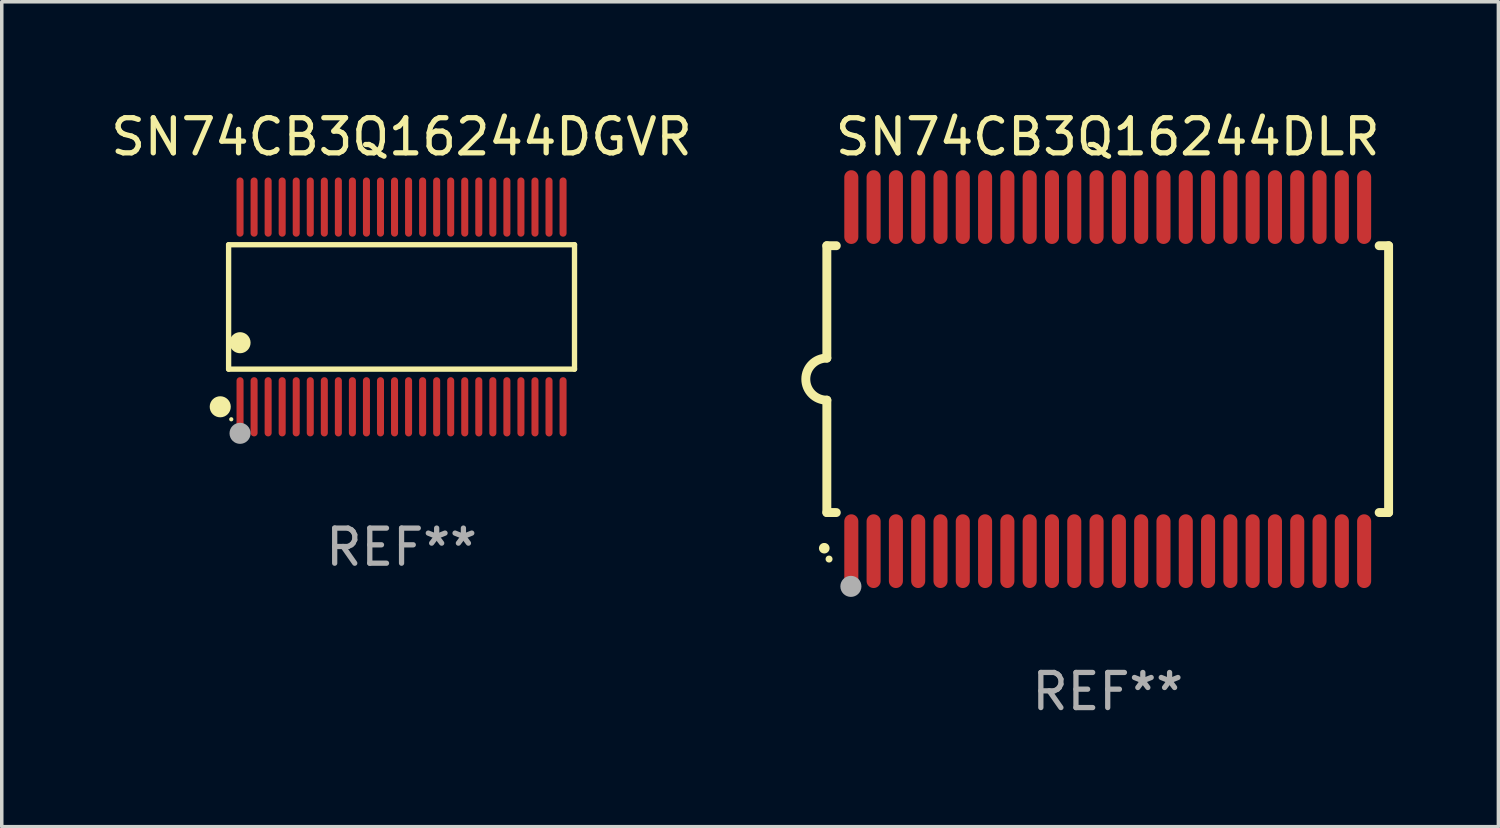
<source format=kicad_pcb>
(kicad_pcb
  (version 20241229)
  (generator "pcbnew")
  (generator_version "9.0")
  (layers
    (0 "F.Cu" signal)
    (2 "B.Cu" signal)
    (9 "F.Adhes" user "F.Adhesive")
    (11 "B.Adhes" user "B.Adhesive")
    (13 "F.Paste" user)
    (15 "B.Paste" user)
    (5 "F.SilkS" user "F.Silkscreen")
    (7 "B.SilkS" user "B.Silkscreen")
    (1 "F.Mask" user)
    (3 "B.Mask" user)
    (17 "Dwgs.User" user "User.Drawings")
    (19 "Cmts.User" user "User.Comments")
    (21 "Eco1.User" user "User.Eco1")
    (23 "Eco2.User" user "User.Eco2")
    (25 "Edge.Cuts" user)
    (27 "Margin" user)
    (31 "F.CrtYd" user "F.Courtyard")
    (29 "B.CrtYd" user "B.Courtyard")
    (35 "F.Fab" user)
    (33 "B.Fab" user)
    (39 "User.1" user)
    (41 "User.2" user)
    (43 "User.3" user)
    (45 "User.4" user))
  (footprint "SN74CB3Q16244DLR"
    (layer "F.Cu")
    (at 28.5 7.748)
    (property "Reference" "SN74CB3Q16244DLR" (at 0 -6.9 0) (layer "F.SilkS") (effects (font (size 1 1) (thickness 0.15))))
    (attr through_hole)
    (fp_line (start -8 -3.8) (end -8 -0.599) (stroke (width 0.254) (type solid)) (layer "F.SilkS"))
    (fp_line (start -8 -3.8) (end -7.731 -3.8) (stroke (width 0.254) (type solid)) (layer "F.SilkS"))
    (fp_line (start -8 3.8) (end -8 0.599) (stroke (width 0.254) (type solid)) (layer "F.SilkS"))
    (fp_line (start -7.731 3.8) (end -8 3.8) (stroke (width 0.254) (type solid)) (layer "F.SilkS"))
    (fp_line (start 7.731 -3.8) (end 8 -3.8) (stroke (width 0.254) (type solid)) (layer "F.SilkS"))
    (fp_line (start 8 -3.8) (end 8 3.8) (stroke (width 0.254) (type solid)) (layer "F.SilkS"))
    (fp_line (start 8 3.8) (end 7.731 3.8) (stroke (width 0.254) (type solid)) (layer "F.SilkS"))
    (fp_arc (start -8.074676 4.81585) (mid -8.073406 4.815845) (end -8.072136 4.81585) (stroke (width 0.3) (type solid)) (layer "F.SilkS"))
    (fp_arc (start -8.000025 0.6) (mid -8.598908 0.00056) (end -8.000027 -0.598882) (stroke (width 0.254001) (type solid)) (layer "F.SilkS"))
    (fp_circle (center -7.937 5.125) (end -7.887 5.125) (stroke (width 0.1) (type solid)) (fill no) (layer "F.SilkS"))
    (fp_circle (center -7.315 5.903) (end -7.165 5.903) (stroke (width 0.3) (type solid)) (fill no) (layer "F.Fab"))
    (fp_text user "REF**" (at 0 8.9 0) (layer "F.Fab") (effects (font (size 1 1) (thickness 0.15))))
    (pad "1" smd oval (at -7.303 4.9) (size 0.4 2.1) (layers "F.Cu" "F.Mask" "F.Paste"))
    (pad "2" smd oval (at -6.668 4.9) (size 0.4 2.1) (layers "F.Cu" "F.Mask" "F.Paste"))
    (pad "3" smd oval (at -6.033 4.9) (size 0.4 2.1) (layers "F.Cu" "F.Mask" "F.Paste"))
    (pad "4" smd oval (at -5.398 4.9) (size 0.4 2.1) (layers "F.Cu" "F.Mask" "F.Paste"))
    (pad "5" smd oval (at -4.763 4.9) (size 0.4 2.1) (layers "F.Cu" "F.Mask" "F.Paste"))
    (pad "6" smd oval (at -4.128 4.9) (size 0.4 2.1) (layers "F.Cu" "F.Mask" "F.Paste"))
    (pad "7" smd oval (at -3.493 4.9) (size 0.4 2.1) (layers "F.Cu" "F.Mask" "F.Paste"))
    (pad "8" smd oval (at -2.858 4.9) (size 0.4 2.1) (layers "F.Cu" "F.Mask" "F.Paste"))
    (pad "9" smd oval (at -2.223 4.9) (size 0.4 2.1) (layers "F.Cu" "F.Mask" "F.Paste"))
    (pad "10" smd oval (at -1.588 4.9) (size 0.4 2.1) (layers "F.Cu" "F.Mask" "F.Paste"))
    (pad "11" smd oval (at -0.953 4.9) (size 0.4 2.1) (layers "F.Cu" "F.Mask" "F.Paste"))
    (pad "12" smd oval (at -0.318 4.9) (size 0.4 2.1) (layers "F.Cu" "F.Mask" "F.Paste"))
    (pad "13" smd oval (at 0.318 4.9) (size 0.4 2.1) (layers "F.Cu" "F.Mask" "F.Paste"))
    (pad "14" smd oval (at 0.953 4.9) (size 0.4 2.1) (layers "F.Cu" "F.Mask" "F.Paste"))
    (pad "15" smd oval (at 1.588 4.9) (size 0.4 2.1) (layers "F.Cu" "F.Mask" "F.Paste"))
    (pad "16" smd oval (at 2.223 4.9) (size 0.4 2.1) (layers "F.Cu" "F.Mask" "F.Paste"))
    (pad "17" smd oval (at 2.858 4.9) (size 0.4 2.1) (layers "F.Cu" "F.Mask" "F.Paste"))
    (pad "18" smd oval (at 3.493 4.9) (size 0.4 2.1) (layers "F.Cu" "F.Mask" "F.Paste"))
    (pad "19" smd oval (at 4.128 4.9) (size 0.4 2.1) (layers "F.Cu" "F.Mask" "F.Paste"))
    (pad "20" smd oval (at 4.763 4.9) (size 0.4 2.1) (layers "F.Cu" "F.Mask" "F.Paste"))
    (pad "21" smd oval (at 5.398 4.9) (size 0.4 2.1) (layers "F.Cu" "F.Mask" "F.Paste"))
    (pad "22" smd oval (at 6.033 4.9) (size 0.4 2.1) (layers "F.Cu" "F.Mask" "F.Paste"))
    (pad "23" smd oval (at 6.668 4.9) (size 0.4 2.1) (layers "F.Cu" "F.Mask" "F.Paste"))
    (pad "24" smd oval (at 7.303 4.9) (size 0.4 2.1) (layers "F.Cu" "F.Mask" "F.Paste"))
    (pad "25" smd oval (at 7.303 -4.9 180) (size 0.4 2.1) (layers "F.Cu" "F.Mask" "F.Paste"))
    (pad "26" smd oval (at 6.668 -4.9 180) (size 0.4 2.1) (layers "F.Cu" "F.Mask" "F.Paste"))
    (pad "27" smd oval (at 6.033 -4.9 180) (size 0.4 2.1) (layers "F.Cu" "F.Mask" "F.Paste"))
    (pad "28" smd oval (at 5.398 -4.9 180) (size 0.4 2.1) (layers "F.Cu" "F.Mask" "F.Paste"))
    (pad "29" smd oval (at 4.763 -4.9 180) (size 0.4 2.1) (layers "F.Cu" "F.Mask" "F.Paste"))
    (pad "30" smd oval (at 4.128 -4.9 180) (size 0.4 2.1) (layers "F.Cu" "F.Mask" "F.Paste"))
    (pad "31" smd oval (at 3.493 -4.9 180) (size 0.4 2.1) (layers "F.Cu" "F.Mask" "F.Paste"))
    (pad "32" smd oval (at 2.858 -4.9 180) (size 0.4 2.1) (layers "F.Cu" "F.Mask" "F.Paste"))
    (pad "33" smd oval (at 2.223 -4.9 180) (size 0.4 2.1) (layers "F.Cu" "F.Mask" "F.Paste"))
    (pad "34" smd oval (at 1.588 -4.9 180) (size 0.4 2.1) (layers "F.Cu" "F.Mask" "F.Paste"))
    (pad "35" smd oval (at 0.953 -4.9 180) (size 0.4 2.1) (layers "F.Cu" "F.Mask" "F.Paste"))
    (pad "36" smd oval (at 0.318 -4.9 180) (size 0.4 2.1) (layers "F.Cu" "F.Mask" "F.Paste"))
    (pad "37" smd oval (at -0.318 -4.9 180) (size 0.4 2.1) (layers "F.Cu" "F.Mask" "F.Paste"))
    (pad "38" smd oval (at -0.953 -4.9 180) (size 0.4 2.1) (layers "F.Cu" "F.Mask" "F.Paste"))
    (pad "39" smd oval (at -1.588 -4.9 180) (size 0.4 2.1) (layers "F.Cu" "F.Mask" "F.Paste"))
    (pad "40" smd oval (at -2.223 -4.9 180) (size 0.4 2.1) (layers "F.Cu" "F.Mask" "F.Paste"))
    (pad "41" smd oval (at -2.858 -4.9 180) (size 0.4 2.1) (layers "F.Cu" "F.Mask" "F.Paste"))
    (pad "42" smd oval (at -3.493 -4.9 180) (size 0.4 2.1) (layers "F.Cu" "F.Mask" "F.Paste"))
    (pad "43" smd oval (at -4.128 -4.9 180) (size 0.4 2.1) (layers "F.Cu" "F.Mask" "F.Paste"))
    (pad "44" smd oval (at -4.763 -4.9 180) (size 0.4 2.1) (layers "F.Cu" "F.Mask" "F.Paste"))
    (pad "45" smd oval (at -5.398 -4.9 180) (size 0.4 2.1) (layers "F.Cu" "F.Mask" "F.Paste"))
    (pad "46" smd oval (at -6.033 -4.9 180) (size 0.4 2.1) (layers "F.Cu" "F.Mask" "F.Paste"))
    (pad "47" smd oval (at -6.668 -4.9 180) (size 0.4 2.1) (layers "F.Cu" "F.Mask" "F.Paste"))
    (pad "48" smd oval (at -7.303 -4.9 180) (size 0.4 2.1) (layers "F.Cu" "F.Mask" "F.Paste")))
  (footprint "SN74CB3Q16244DGVR"
    (layer "F.Cu")
    (at 8.387 5.692)
    (property "Reference" "SN74CB3Q16244DGVR" (at 0 -4.844 0) (layer "F.SilkS") (effects (font (size 1 1) (thickness 0.15))))
    (attr through_hole)
    (fp_line (start -4.926 -1.771) (end 4.926 -1.771) (stroke (width 0.152) (type solid)) (layer "F.SilkS"))
    (fp_line (start -4.926 1.771) (end -4.926 -1.771) (stroke (width 0.152) (type solid)) (layer "F.SilkS"))
    (fp_line (start 4.926 -1.771) (end 4.926 1.771) (stroke (width 0.152) (type solid)) (layer "F.SilkS"))
    (fp_line (start 4.926 1.771) (end -4.926 1.771) (stroke (width 0.152) (type solid)) (layer "F.SilkS"))
    (fp_circle (center -5.164 2.844) (end -5.014 2.844) (stroke (width 0.3) (type solid)) (fill no) (layer "F.SilkS"))
    (fp_circle (center -4.85 3.2) (end -4.82 3.2) (stroke (width 0.06) (type solid)) (fill no) (layer "F.SilkS"))
    (fp_circle (center -4.6 1.019) (end -4.45 1.019) (stroke (width 0.3) (type solid)) (fill no) (layer "F.SilkS"))
    (fp_circle (center -4.6 3.6) (end -4.45 3.6) (stroke (width 0.3) (type solid)) (fill no) (layer "F.Fab"))
    (fp_text user "REF**" (at 0 6.844 0) (layer "F.Fab") (effects (font (size 1 1) (thickness 0.15))))
    (pad "1" smd oval (at -4.6 2.844) (size 0.2 1.687) (layers "F.Cu" "F.Mask" "F.Paste"))
    (pad "2" smd oval (at -4.2 2.844) (size 0.2 1.687) (layers "F.Cu" "F.Mask" "F.Paste"))
    (pad "3" smd oval (at -3.8 2.844) (size 0.2 1.687) (layers "F.Cu" "F.Mask" "F.Paste"))
    (pad "4" smd oval (at -3.4 2.844) (size 0.2 1.687) (layers "F.Cu" "F.Mask" "F.Paste"))
    (pad "5" smd oval (at -3 2.844) (size 0.2 1.687) (layers "F.Cu" "F.Mask" "F.Paste"))
    (pad "6" smd oval (at -2.6 2.844) (size 0.2 1.687) (layers "F.Cu" "F.Mask" "F.Paste"))
    (pad "7" smd oval (at -2.2 2.844) (size 0.2 1.687) (layers "F.Cu" "F.Mask" "F.Paste"))
    (pad "8" smd oval (at -1.8 2.844) (size 0.2 1.687) (layers "F.Cu" "F.Mask" "F.Paste"))
    (pad "9" smd oval (at -1.4 2.844) (size 0.2 1.687) (layers "F.Cu" "F.Mask" "F.Paste"))
    (pad "10" smd oval (at -1 2.844) (size 0.2 1.687) (layers "F.Cu" "F.Mask" "F.Paste"))
    (pad "11" smd oval (at -0.6 2.844) (size 0.2 1.687) (layers "F.Cu" "F.Mask" "F.Paste"))
    (pad "12" smd oval (at -0.2 2.844) (size 0.2 1.687) (layers "F.Cu" "F.Mask" "F.Paste"))
    (pad "13" smd oval (at 0.2 2.844) (size 0.2 1.687) (layers "F.Cu" "F.Mask" "F.Paste"))
    (pad "14" smd oval (at 0.6 2.844) (size 0.2 1.687) (layers "F.Cu" "F.Mask" "F.Paste"))
    (pad "15" smd oval (at 1 2.844) (size 0.2 1.687) (layers "F.Cu" "F.Mask" "F.Paste"))
    (pad "16" smd oval (at 1.4 2.844) (size 0.2 1.687) (layers "F.Cu" "F.Mask" "F.Paste"))
    (pad "17" smd oval (at 1.8 2.844) (size 0.2 1.687) (layers "F.Cu" "F.Mask" "F.Paste"))
    (pad "18" smd oval (at 2.2 2.844) (size 0.2 1.687) (layers "F.Cu" "F.Mask" "F.Paste"))
    (pad "19" smd oval (at 2.6 2.844) (size 0.2 1.687) (layers "F.Cu" "F.Mask" "F.Paste"))
    (pad "20" smd oval (at 3 2.844) (size 0.2 1.687) (layers "F.Cu" "F.Mask" "F.Paste"))
    (pad "21" smd oval (at 3.4 2.844) (size 0.2 1.687) (layers "F.Cu" "F.Mask" "F.Paste"))
    (pad "22" smd oval (at 3.8 2.844) (size 0.2 1.687) (layers "F.Cu" "F.Mask" "F.Paste"))
    (pad "23" smd oval (at 4.2 2.844) (size 0.2 1.687) (layers "F.Cu" "F.Mask" "F.Paste"))
    (pad "24" smd oval (at 4.6 2.844) (size 0.2 1.687) (layers "F.Cu" "F.Mask" "F.Paste"))
    (pad "25" smd oval (at 4.6 -2.844) (size 0.2 1.687) (layers "F.Cu" "F.Mask" "F.Paste"))
    (pad "26" smd oval (at 4.2 -2.844) (size 0.2 1.687) (layers "F.Cu" "F.Mask" "F.Paste"))
    (pad "27" smd oval (at 3.8 -2.844) (size 0.2 1.687) (layers "F.Cu" "F.Mask" "F.Paste"))
    (pad "28" smd oval (at 3.4 -2.844) (size 0.2 1.687) (layers "F.Cu" "F.Mask" "F.Paste"))
    (pad "29" smd oval (at 3 -2.844) (size 0.2 1.687) (layers "F.Cu" "F.Mask" "F.Paste"))
    (pad "30" smd oval (at 2.6 -2.844) (size 0.2 1.687) (layers "F.Cu" "F.Mask" "F.Paste"))
    (pad "31" smd oval (at 2.2 -2.844) (size 0.2 1.687) (layers "F.Cu" "F.Mask" "F.Paste"))
    (pad "32" smd oval (at 1.8 -2.844) (size 0.2 1.687) (layers "F.Cu" "F.Mask" "F.Paste"))
    (pad "33" smd oval (at 1.4 -2.844) (size 0.2 1.687) (layers "F.Cu" "F.Mask" "F.Paste"))
    (pad "34" smd oval (at 1 -2.844) (size 0.2 1.687) (layers "F.Cu" "F.Mask" "F.Paste"))
    (pad "35" smd oval (at 0.6 -2.844) (size 0.2 1.687) (layers "F.Cu" "F.Mask" "F.Paste"))
    (pad "36" smd oval (at 0.2 -2.844) (size 0.2 1.687) (layers "F.Cu" "F.Mask" "F.Paste"))
    (pad "37" smd oval (at -0.2 -2.844) (size 0.2 1.687) (layers "F.Cu" "F.Mask" "F.Paste"))
    (pad "38" smd oval (at -0.6 -2.844) (size 0.2 1.687) (layers "F.Cu" "F.Mask" "F.Paste"))
    (pad "39" smd oval (at -1 -2.844) (size 0.2 1.687) (layers "F.Cu" "F.Mask" "F.Paste"))
    (pad "40" smd oval (at -1.4 -2.844) (size 0.2 1.687) (layers "F.Cu" "F.Mask" "F.Paste"))
    (pad "41" smd oval (at -1.8 -2.844) (size 0.2 1.687) (layers "F.Cu" "F.Mask" "F.Paste"))
    (pad "42" smd oval (at -2.2 -2.844) (size 0.2 1.687) (layers "F.Cu" "F.Mask" "F.Paste"))
    (pad "43" smd oval (at -2.6 -2.844) (size 0.2 1.687) (layers "F.Cu" "F.Mask" "F.Paste"))
    (pad "44" smd oval (at -3 -2.844) (size 0.2 1.687) (layers "F.Cu" "F.Mask" "F.Paste"))
    (pad "45" smd oval (at -3.4 -2.844) (size 0.2 1.687) (layers "F.Cu" "F.Mask" "F.Paste"))
    (pad "46" smd oval (at -3.8 -2.844) (size 0.2 1.687) (layers "F.Cu" "F.Mask" "F.Paste"))
    (pad "47" smd oval (at -4.2 -2.844) (size 0.2 1.687) (layers "F.Cu" "F.Mask" "F.Paste"))
    (pad "48" smd oval (at -4.6 -2.844) (size 0.2 1.687) (layers "F.Cu" "F.Mask" "F.Paste")))
  (gr_rect
    (start -3 -3)
    (end 39.627 20.496)
    (stroke (width 0.1) (type default))
    (fill no)
    (layer "Edge.Cuts")))
</source>
